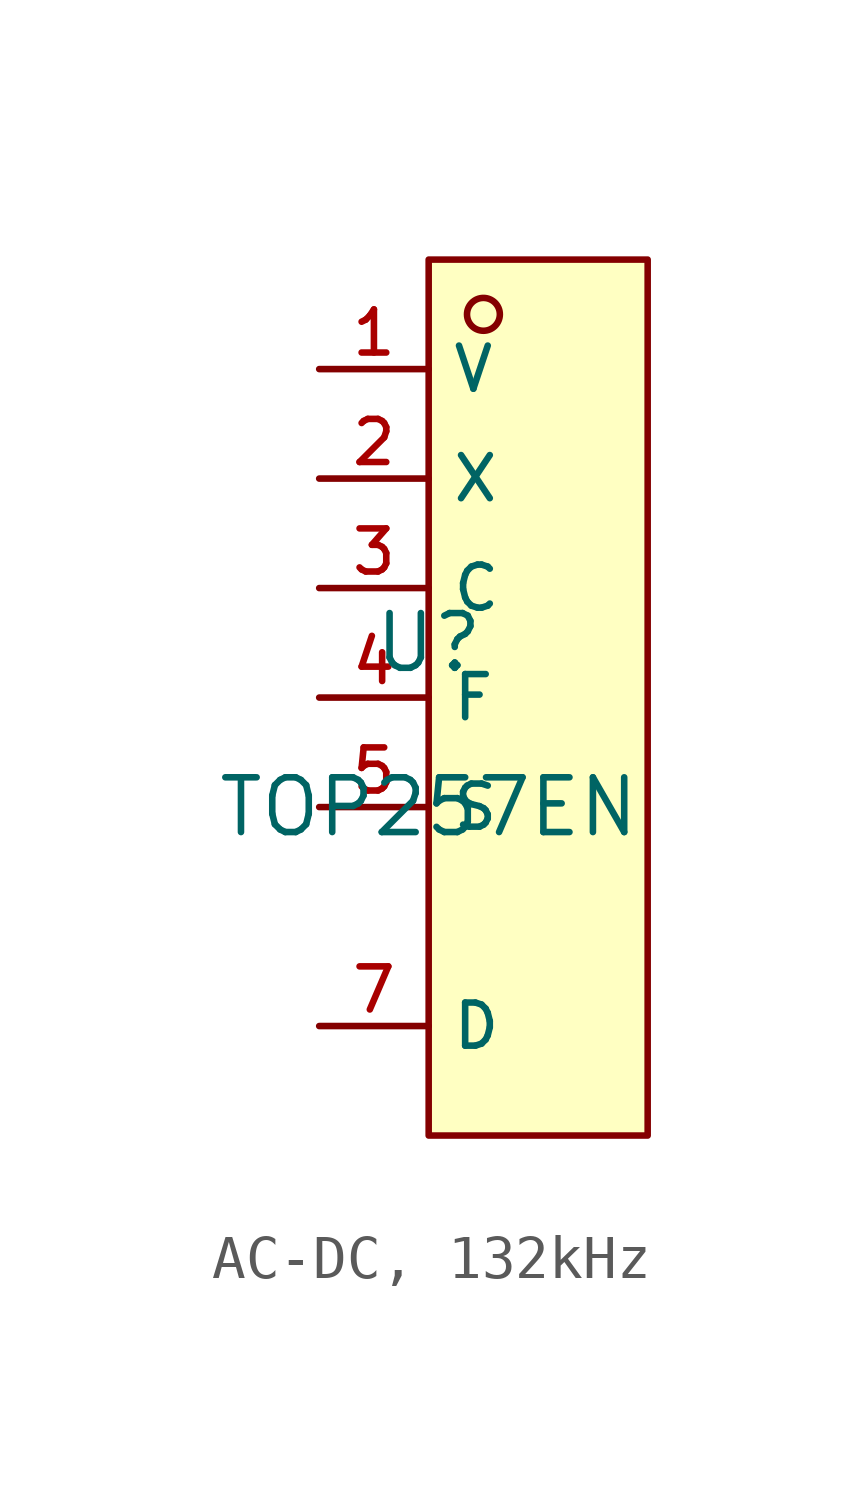
<source format=kicad_sym>
(kicad_symbol_lib
  (version 20231120)
  (generator "CDFER_Archive_Tool")
  (generator_version "0.0")
  (symbol "AC-DC, 132kHz"
    (property "Reference" "U"
      (at 0 1.27 0)
      (effects (font (size 1.27 1.27))))
    (property "Value" "TOP257EN"
      (at 0 -2.54 0)
      (effects (font (size 1.27 1.27))))
    (symbol "AC-DC, 132kHz_0_1"
      (rectangle (start 0 10.16) (end 5.08 -10.16) (stroke (width 0) (type default)) (fill (type background)))
      (circle (center 1.27 8.89) (radius 0.381) (stroke (width 0) (type default)) (fill (type background)))
      (pin unspecified line (at -2.54 7.62 0) (length 2.54) (name "V" (effects (font (size 1 1)))) (number "1" (effects (font (size 1 1)))))
      (pin unspecified line (at -2.54 5.08 0) (length 2.54) (name "X" (effects (font (size 1 1)))) (number "2" (effects (font (size 1 1)))))
      (pin unspecified line (at -2.54 2.54 0) (length 2.54) (name "C" (effects (font (size 1 1)))) (number "3" (effects (font (size 1 1)))))
      (pin unspecified line (at -2.54 0 0) (length 2.54) (name "F" (effects (font (size 1 1)))) (number "4" (effects (font (size 1 1)))))
      (pin unspecified line (at -2.54 -2.54 0) (length 2.54) (name "S" (effects (font (size 1 1)))) (number "5" (effects (font (size 1 1)))))
      (pin unspecified line (at -2.54 -7.62 0) (length 2.54) (name "D" (effects (font (size 1 1)))) (number "7" (effects (font (size 1 1))))))))
</source>
